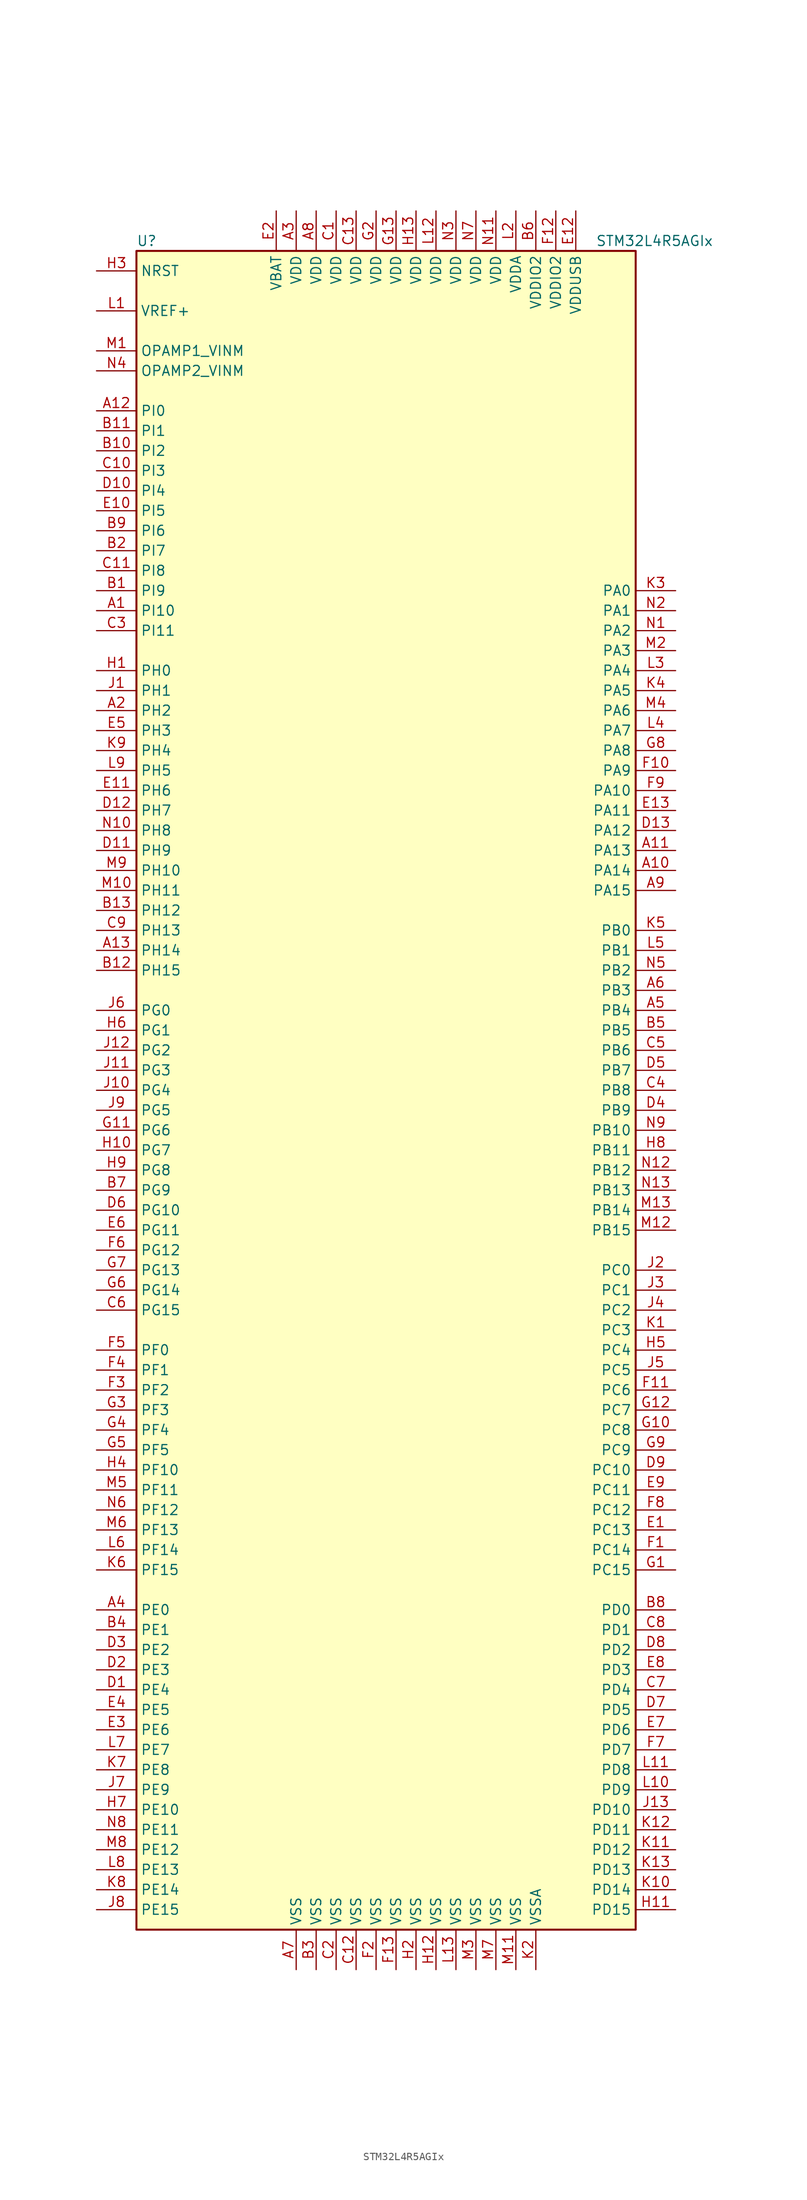
<source format=kicad_sym>
(kicad_symbol_lib
  (version 20220914)
  (generator kicad_symbol_editor)
  (symbol "STM32L4R5AGIx"
    (property "Reference" "U"
      (at -33.02 107.95 0)
      (effects (font (size 1.27 1.27)) (justify left)))
    (property "Value" "STM32L4R5AGIx"
      (at 25.4 107.95 0)
      (effects (font (size 1.27 1.27)) (justify left)))
    (symbol "STM32L4R5AGIx_0_1"
      (rectangle (start -33.02 -106.68) (end 30.48 106.68) (stroke (width 0.254) (type default)) (fill (type background))))
    (symbol "STM32L4R5AGIx_1_1"
      (pin bidirectional line (at -38.1 60.96 0) (length 5.08) (name "PI10" (effects (font (size 1.27 1.27)))) (number "A1" (effects (font (size 1.27 1.27)))))
      (pin bidirectional line (at 35.56 27.94 180) (length 5.08) (name "PA14" (effects (font (size 1.27 1.27)))) (number "A10" (effects (font (size 1.27 1.27)))))
      (pin bidirectional line (at 35.56 30.48 180) (length 5.08) (name "PA13" (effects (font (size 1.27 1.27)))) (number "A11" (effects (font (size 1.27 1.27)))))
      (pin bidirectional line (at -38.1 86.36 0) (length 5.08) (name "PI0" (effects (font (size 1.27 1.27)))) (number "A12" (effects (font (size 1.27 1.27)))))
      (pin bidirectional line (at -38.1 17.78 0) (length 5.08) (name "PH14" (effects (font (size 1.27 1.27)))) (number "A13" (effects (font (size 1.27 1.27)))))
      (pin bidirectional line (at -38.1 48.26 0) (length 5.08) (name "PH2" (effects (font (size 1.27 1.27)))) (number "A2" (effects (font (size 1.27 1.27)))))
      (pin power_in line (at -12.7 111.76 270) (length 5.08) (name "VDD" (effects (font (size 1.27 1.27)))) (number "A3" (effects (font (size 1.27 1.27)))))
      (pin bidirectional line (at -38.1 -66.04 0) (length 5.08) (name "PE0" (effects (font (size 1.27 1.27)))) (number "A4" (effects (font (size 1.27 1.27)))))
      (pin bidirectional line (at 35.56 10.16 180) (length 5.08) (name "PB4" (effects (font (size 1.27 1.27)))) (number "A5" (effects (font (size 1.27 1.27)))))
      (pin bidirectional line (at 35.56 12.7 180) (length 5.08) (name "PB3" (effects (font (size 1.27 1.27)))) (number "A6" (effects (font (size 1.27 1.27)))))
      (pin power_in line (at -12.7 -111.76 90) (length 5.08) (name "VSS" (effects (font (size 1.27 1.27)))) (number "A7" (effects (font (size 1.27 1.27)))))
      (pin power_in line (at -10.16 111.76 270) (length 5.08) (name "VDD" (effects (font (size 1.27 1.27)))) (number "A8" (effects (font (size 1.27 1.27)))))
      (pin bidirectional line (at 35.56 25.4 180) (length 5.08) (name "PA15" (effects (font (size 1.27 1.27)))) (number "A9" (effects (font (size 1.27 1.27)))))
      (pin bidirectional line (at -38.1 63.5 0) (length 5.08) (name "PI9" (effects (font (size 1.27 1.27)))) (number "B1" (effects (font (size 1.27 1.27)))))
      (pin bidirectional line (at -38.1 81.28 0) (length 5.08) (name "PI2" (effects (font (size 1.27 1.27)))) (number "B10" (effects (font (size 1.27 1.27)))))
      (pin bidirectional line (at -38.1 83.82 0) (length 5.08) (name "PI1" (effects (font (size 1.27 1.27)))) (number "B11" (effects (font (size 1.27 1.27)))))
      (pin bidirectional line (at -38.1 15.24 0) (length 5.08) (name "PH15" (effects (font (size 1.27 1.27)))) (number "B12" (effects (font (size 1.27 1.27)))))
      (pin bidirectional line (at -38.1 22.86 0) (length 5.08) (name "PH12" (effects (font (size 1.27 1.27)))) (number "B13" (effects (font (size 1.27 1.27)))))
      (pin bidirectional line (at -38.1 68.58 0) (length 5.08) (name "PI7" (effects (font (size 1.27 1.27)))) (number "B2" (effects (font (size 1.27 1.27)))))
      (pin power_in line (at -10.16 -111.76 90) (length 5.08) (name "VSS" (effects (font (size 1.27 1.27)))) (number "B3" (effects (font (size 1.27 1.27)))))
      (pin bidirectional line (at -38.1 -68.58 0) (length 5.08) (name "PE1" (effects (font (size 1.27 1.27)))) (number "B4" (effects (font (size 1.27 1.27)))))
      (pin bidirectional line (at 35.56 7.62 180) (length 5.08) (name "PB5" (effects (font (size 1.27 1.27)))) (number "B5" (effects (font (size 1.27 1.27)))))
      (pin power_in line (at 17.78 111.76 270) (length 5.08) (name "VDDIO2" (effects (font (size 1.27 1.27)))) (number "B6" (effects (font (size 1.27 1.27)))))
      (pin bidirectional line (at -38.1 -12.7 0) (length 5.08) (name "PG9" (effects (font (size 1.27 1.27)))) (number "B7" (effects (font (size 1.27 1.27)))))
      (pin bidirectional line (at 35.56 -66.04 180) (length 5.08) (name "PD0" (effects (font (size 1.27 1.27)))) (number "B8" (effects (font (size 1.27 1.27)))))
      (pin bidirectional line (at -38.1 71.12 0) (length 5.08) (name "PI6" (effects (font (size 1.27 1.27)))) (number "B9" (effects (font (size 1.27 1.27)))))
      (pin power_in line (at -7.62 111.76 270) (length 5.08) (name "VDD" (effects (font (size 1.27 1.27)))) (number "C1" (effects (font (size 1.27 1.27)))))
      (pin bidirectional line (at -38.1 78.74 0) (length 5.08) (name "PI3" (effects (font (size 1.27 1.27)))) (number "C10" (effects (font (size 1.27 1.27)))))
      (pin bidirectional line (at -38.1 66.04 0) (length 5.08) (name "PI8" (effects (font (size 1.27 1.27)))) (number "C11" (effects (font (size 1.27 1.27)))))
      (pin power_in line (at -5.08 -111.76 90) (length 5.08) (name "VSS" (effects (font (size 1.27 1.27)))) (number "C12" (effects (font (size 1.27 1.27)))))
      (pin power_in line (at -5.08 111.76 270) (length 5.08) (name "VDD" (effects (font (size 1.27 1.27)))) (number "C13" (effects (font (size 1.27 1.27)))))
      (pin power_in line (at -7.62 -111.76 90) (length 5.08) (name "VSS" (effects (font (size 1.27 1.27)))) (number "C2" (effects (font (size 1.27 1.27)))))
      (pin bidirectional line (at -38.1 58.42 0) (length 5.08) (name "PI11" (effects (font (size 1.27 1.27)))) (number "C3" (effects (font (size 1.27 1.27)))))
      (pin bidirectional line (at 35.56 0 180) (length 5.08) (name "PB8" (effects (font (size 1.27 1.27)))) (number "C4" (effects (font (size 1.27 1.27)))))
      (pin bidirectional line (at 35.56 5.08 180) (length 5.08) (name "PB6" (effects (font (size 1.27 1.27)))) (number "C5" (effects (font (size 1.27 1.27)))))
      (pin bidirectional line (at -38.1 -27.94 0) (length 5.08) (name "PG15" (effects (font (size 1.27 1.27)))) (number "C6" (effects (font (size 1.27 1.27)))))
      (pin bidirectional line (at 35.56 -76.2 180) (length 5.08) (name "PD4" (effects (font (size 1.27 1.27)))) (number "C7" (effects (font (size 1.27 1.27)))))
      (pin bidirectional line (at 35.56 -68.58 180) (length 5.08) (name "PD1" (effects (font (size 1.27 1.27)))) (number "C8" (effects (font (size 1.27 1.27)))))
      (pin bidirectional line (at -38.1 20.32 0) (length 5.08) (name "PH13" (effects (font (size 1.27 1.27)))) (number "C9" (effects (font (size 1.27 1.27)))))
      (pin bidirectional line (at -38.1 -76.2 0) (length 5.08) (name "PE4" (effects (font (size 1.27 1.27)))) (number "D1" (effects (font (size 1.27 1.27)))))
      (pin bidirectional line (at -38.1 76.2 0) (length 5.08) (name "PI4" (effects (font (size 1.27 1.27)))) (number "D10" (effects (font (size 1.27 1.27)))))
      (pin bidirectional line (at -38.1 30.48 0) (length 5.08) (name "PH9" (effects (font (size 1.27 1.27)))) (number "D11" (effects (font (size 1.27 1.27)))))
      (pin bidirectional line (at -38.1 35.56 0) (length 5.08) (name "PH7" (effects (font (size 1.27 1.27)))) (number "D12" (effects (font (size 1.27 1.27)))))
      (pin bidirectional line (at 35.56 33.02 180) (length 5.08) (name "PA12" (effects (font (size 1.27 1.27)))) (number "D13" (effects (font (size 1.27 1.27)))))
      (pin bidirectional line (at -38.1 -73.66 0) (length 5.08) (name "PE3" (effects (font (size 1.27 1.27)))) (number "D2" (effects (font (size 1.27 1.27)))))
      (pin bidirectional line (at -38.1 -71.12 0) (length 5.08) (name "PE2" (effects (font (size 1.27 1.27)))) (number "D3" (effects (font (size 1.27 1.27)))))
      (pin bidirectional line (at 35.56 -2.54 180) (length 5.08) (name "PB9" (effects (font (size 1.27 1.27)))) (number "D4" (effects (font (size 1.27 1.27)))))
      (pin bidirectional line (at 35.56 2.54 180) (length 5.08) (name "PB7" (effects (font (size 1.27 1.27)))) (number "D5" (effects (font (size 1.27 1.27)))))
      (pin bidirectional line (at -38.1 -15.24 0) (length 5.08) (name "PG10" (effects (font (size 1.27 1.27)))) (number "D6" (effects (font (size 1.27 1.27)))))
      (pin bidirectional line (at 35.56 -78.74 180) (length 5.08) (name "PD5" (effects (font (size 1.27 1.27)))) (number "D7" (effects (font (size 1.27 1.27)))))
      (pin bidirectional line (at 35.56 -71.12 180) (length 5.08) (name "PD2" (effects (font (size 1.27 1.27)))) (number "D8" (effects (font (size 1.27 1.27)))))
      (pin bidirectional line (at 35.56 -48.26 180) (length 5.08) (name "PC10" (effects (font (size 1.27 1.27)))) (number "D9" (effects (font (size 1.27 1.27)))))
      (pin bidirectional line (at 35.56 -55.88 180) (length 5.08) (name "PC13" (effects (font (size 1.27 1.27)))) (number "E1" (effects (font (size 1.27 1.27)))))
      (pin bidirectional line (at -38.1 73.66 0) (length 5.08) (name "PI5" (effects (font (size 1.27 1.27)))) (number "E10" (effects (font (size 1.27 1.27)))))
      (pin bidirectional line (at -38.1 38.1 0) (length 5.08) (name "PH6" (effects (font (size 1.27 1.27)))) (number "E11" (effects (font (size 1.27 1.27)))))
      (pin power_in line (at 22.86 111.76 270) (length 5.08) (name "VDDUSB" (effects (font (size 1.27 1.27)))) (number "E12" (effects (font (size 1.27 1.27)))))
      (pin bidirectional line (at 35.56 35.56 180) (length 5.08) (name "PA11" (effects (font (size 1.27 1.27)))) (number "E13" (effects (font (size 1.27 1.27)))))
      (pin power_in line (at -15.24 111.76 270) (length 5.08) (name "VBAT" (effects (font (size 1.27 1.27)))) (number "E2" (effects (font (size 1.27 1.27)))))
      (pin bidirectional line (at -38.1 -81.28 0) (length 5.08) (name "PE6" (effects (font (size 1.27 1.27)))) (number "E3" (effects (font (size 1.27 1.27)))))
      (pin bidirectional line (at -38.1 -78.74 0) (length 5.08) (name "PE5" (effects (font (size 1.27 1.27)))) (number "E4" (effects (font (size 1.27 1.27)))))
      (pin bidirectional line (at -38.1 45.72 0) (length 5.08) (name "PH3" (effects (font (size 1.27 1.27)))) (number "E5" (effects (font (size 1.27 1.27)))))
      (pin bidirectional line (at -38.1 -17.78 0) (length 5.08) (name "PG11" (effects (font (size 1.27 1.27)))) (number "E6" (effects (font (size 1.27 1.27)))))
      (pin bidirectional line (at 35.56 -81.28 180) (length 5.08) (name "PD6" (effects (font (size 1.27 1.27)))) (number "E7" (effects (font (size 1.27 1.27)))))
      (pin bidirectional line (at 35.56 -73.66 180) (length 5.08) (name "PD3" (effects (font (size 1.27 1.27)))) (number "E8" (effects (font (size 1.27 1.27)))))
      (pin bidirectional line (at 35.56 -50.8 180) (length 5.08) (name "PC11" (effects (font (size 1.27 1.27)))) (number "E9" (effects (font (size 1.27 1.27)))))
      (pin bidirectional line (at 35.56 -58.42 180) (length 5.08) (name "PC14" (effects (font (size 1.27 1.27)))) (number "F1" (effects (font (size 1.27 1.27)))))
      (pin bidirectional line (at 35.56 40.64 180) (length 5.08) (name "PA9" (effects (font (size 1.27 1.27)))) (number "F10" (effects (font (size 1.27 1.27)))))
      (pin bidirectional line (at 35.56 -38.1 180) (length 5.08) (name "PC6" (effects (font (size 1.27 1.27)))) (number "F11" (effects (font (size 1.27 1.27)))))
      (pin power_in line (at 20.32 111.76 270) (length 5.08) (name "VDDIO2" (effects (font (size 1.27 1.27)))) (number "F12" (effects (font (size 1.27 1.27)))))
      (pin power_in line (at 0 -111.76 90) (length 5.08) (name "VSS" (effects (font (size 1.27 1.27)))) (number "F13" (effects (font (size 1.27 1.27)))))
      (pin power_in line (at -2.54 -111.76 90) (length 5.08) (name "VSS" (effects (font (size 1.27 1.27)))) (number "F2" (effects (font (size 1.27 1.27)))))
      (pin bidirectional line (at -38.1 -38.1 0) (length 5.08) (name "PF2" (effects (font (size 1.27 1.27)))) (number "F3" (effects (font (size 1.27 1.27)))))
      (pin bidirectional line (at -38.1 -35.56 0) (length 5.08) (name "PF1" (effects (font (size 1.27 1.27)))) (number "F4" (effects (font (size 1.27 1.27)))))
      (pin bidirectional line (at -38.1 -33.02 0) (length 5.08) (name "PF0" (effects (font (size 1.27 1.27)))) (number "F5" (effects (font (size 1.27 1.27)))))
      (pin bidirectional line (at -38.1 -20.32 0) (length 5.08) (name "PG12" (effects (font (size 1.27 1.27)))) (number "F6" (effects (font (size 1.27 1.27)))))
      (pin bidirectional line (at 35.56 -83.82 180) (length 5.08) (name "PD7" (effects (font (size 1.27 1.27)))) (number "F7" (effects (font (size 1.27 1.27)))))
      (pin bidirectional line (at 35.56 -53.34 180) (length 5.08) (name "PC12" (effects (font (size 1.27 1.27)))) (number "F8" (effects (font (size 1.27 1.27)))))
      (pin bidirectional line (at 35.56 38.1 180) (length 5.08) (name "PA10" (effects (font (size 1.27 1.27)))) (number "F9" (effects (font (size 1.27 1.27)))))
      (pin bidirectional line (at 35.56 -60.96 180) (length 5.08) (name "PC15" (effects (font (size 1.27 1.27)))) (number "G1" (effects (font (size 1.27 1.27)))))
      (pin bidirectional line (at 35.56 -43.18 180) (length 5.08) (name "PC8" (effects (font (size 1.27 1.27)))) (number "G10" (effects (font (size 1.27 1.27)))))
      (pin bidirectional line (at -38.1 -5.08 0) (length 5.08) (name "PG6" (effects (font (size 1.27 1.27)))) (number "G11" (effects (font (size 1.27 1.27)))))
      (pin bidirectional line (at 35.56 -40.64 180) (length 5.08) (name "PC7" (effects (font (size 1.27 1.27)))) (number "G12" (effects (font (size 1.27 1.27)))))
      (pin power_in line (at 0 111.76 270) (length 5.08) (name "VDD" (effects (font (size 1.27 1.27)))) (number "G13" (effects (font (size 1.27 1.27)))))
      (pin power_in line (at -2.54 111.76 270) (length 5.08) (name "VDD" (effects (font (size 1.27 1.27)))) (number "G2" (effects (font (size 1.27 1.27)))))
      (pin bidirectional line (at -38.1 -40.64 0) (length 5.08) (name "PF3" (effects (font (size 1.27 1.27)))) (number "G3" (effects (font (size 1.27 1.27)))))
      (pin bidirectional line (at -38.1 -43.18 0) (length 5.08) (name "PF4" (effects (font (size 1.27 1.27)))) (number "G4" (effects (font (size 1.27 1.27)))))
      (pin bidirectional line (at -38.1 -45.72 0) (length 5.08) (name "PF5" (effects (font (size 1.27 1.27)))) (number "G5" (effects (font (size 1.27 1.27)))))
      (pin bidirectional line (at -38.1 -25.4 0) (length 5.08) (name "PG14" (effects (font (size 1.27 1.27)))) (number "G6" (effects (font (size 1.27 1.27)))))
      (pin bidirectional line (at -38.1 -22.86 0) (length 5.08) (name "PG13" (effects (font (size 1.27 1.27)))) (number "G7" (effects (font (size 1.27 1.27)))))
      (pin bidirectional line (at 35.56 43.18 180) (length 5.08) (name "PA8" (effects (font (size 1.27 1.27)))) (number "G8" (effects (font (size 1.27 1.27)))))
      (pin bidirectional line (at 35.56 -45.72 180) (length 5.08) (name "PC9" (effects (font (size 1.27 1.27)))) (number "G9" (effects (font (size 1.27 1.27)))))
      (pin input line (at -38.1 53.34 0) (length 5.08) (name "PH0" (effects (font (size 1.27 1.27)))) (number "H1" (effects (font (size 1.27 1.27)))))
      (pin bidirectional line (at -38.1 -7.62 0) (length 5.08) (name "PG7" (effects (font (size 1.27 1.27)))) (number "H10" (effects (font (size 1.27 1.27)))))
      (pin bidirectional line (at 35.56 -104.14 180) (length 5.08) (name "PD15" (effects (font (size 1.27 1.27)))) (number "H11" (effects (font (size 1.27 1.27)))))
      (pin power_in line (at 5.08 -111.76 90) (length 5.08) (name "VSS" (effects (font (size 1.27 1.27)))) (number "H12" (effects (font (size 1.27 1.27)))))
      (pin power_in line (at 2.54 111.76 270) (length 5.08) (name "VDD" (effects (font (size 1.27 1.27)))) (number "H13" (effects (font (size 1.27 1.27)))))
      (pin power_in line (at 2.54 -111.76 90) (length 5.08) (name "VSS" (effects (font (size 1.27 1.27)))) (number "H2" (effects (font (size 1.27 1.27)))))
      (pin input line (at -38.1 104.14 0) (length 5.08) (name "NRST" (effects (font (size 1.27 1.27)))) (number "H3" (effects (font (size 1.27 1.27)))))
      (pin bidirectional line (at -38.1 -48.26 0) (length 5.08) (name "PF10" (effects (font (size 1.27 1.27)))) (number "H4" (effects (font (size 1.27 1.27)))))
      (pin bidirectional line (at 35.56 -33.02 180) (length 5.08) (name "PC4" (effects (font (size 1.27 1.27)))) (number "H5" (effects (font (size 1.27 1.27)))))
      (pin bidirectional line (at -38.1 7.62 0) (length 5.08) (name "PG1" (effects (font (size 1.27 1.27)))) (number "H6" (effects (font (size 1.27 1.27)))))
      (pin bidirectional line (at -38.1 -91.44 0) (length 5.08) (name "PE10" (effects (font (size 1.27 1.27)))) (number "H7" (effects (font (size 1.27 1.27)))))
      (pin bidirectional line (at 35.56 -7.62 180) (length 5.08) (name "PB11" (effects (font (size 1.27 1.27)))) (number "H8" (effects (font (size 1.27 1.27)))))
      (pin bidirectional line (at -38.1 -10.16 0) (length 5.08) (name "PG8" (effects (font (size 1.27 1.27)))) (number "H9" (effects (font (size 1.27 1.27)))))
      (pin input line (at -38.1 50.8 0) (length 5.08) (name "PH1" (effects (font (size 1.27 1.27)))) (number "J1" (effects (font (size 1.27 1.27)))))
      (pin bidirectional line (at -38.1 0 0) (length 5.08) (name "PG4" (effects (font (size 1.27 1.27)))) (number "J10" (effects (font (size 1.27 1.27)))))
      (pin bidirectional line (at -38.1 2.54 0) (length 5.08) (name "PG3" (effects (font (size 1.27 1.27)))) (number "J11" (effects (font (size 1.27 1.27)))))
      (pin bidirectional line (at -38.1 5.08 0) (length 5.08) (name "PG2" (effects (font (size 1.27 1.27)))) (number "J12" (effects (font (size 1.27 1.27)))))
      (pin bidirectional line (at 35.56 -91.44 180) (length 5.08) (name "PD10" (effects (font (size 1.27 1.27)))) (number "J13" (effects (font (size 1.27 1.27)))))
      (pin bidirectional line (at 35.56 -22.86 180) (length 5.08) (name "PC0" (effects (font (size 1.27 1.27)))) (number "J2" (effects (font (size 1.27 1.27)))))
      (pin bidirectional line (at 35.56 -25.4 180) (length 5.08) (name "PC1" (effects (font (size 1.27 1.27)))) (number "J3" (effects (font (size 1.27 1.27)))))
      (pin bidirectional line (at 35.56 -27.94 180) (length 5.08) (name "PC2" (effects (font (size 1.27 1.27)))) (number "J4" (effects (font (size 1.27 1.27)))))
      (pin bidirectional line (at 35.56 -35.56 180) (length 5.08) (name "PC5" (effects (font (size 1.27 1.27)))) (number "J5" (effects (font (size 1.27 1.27)))))
      (pin bidirectional line (at -38.1 10.16 0) (length 5.08) (name "PG0" (effects (font (size 1.27 1.27)))) (number "J6" (effects (font (size 1.27 1.27)))))
      (pin bidirectional line (at -38.1 -88.9 0) (length 5.08) (name "PE9" (effects (font (size 1.27 1.27)))) (number "J7" (effects (font (size 1.27 1.27)))))
      (pin bidirectional line (at -38.1 -104.14 0) (length 5.08) (name "PE15" (effects (font (size 1.27 1.27)))) (number "J8" (effects (font (size 1.27 1.27)))))
      (pin bidirectional line (at -38.1 -2.54 0) (length 5.08) (name "PG5" (effects (font (size 1.27 1.27)))) (number "J9" (effects (font (size 1.27 1.27)))))
      (pin bidirectional line (at 35.56 -30.48 180) (length 5.08) (name "PC3" (effects (font (size 1.27 1.27)))) (number "K1" (effects (font (size 1.27 1.27)))))
      (pin bidirectional line (at 35.56 -101.6 180) (length 5.08) (name "PD14" (effects (font (size 1.27 1.27)))) (number "K10" (effects (font (size 1.27 1.27)))))
      (pin bidirectional line (at 35.56 -96.52 180) (length 5.08) (name "PD12" (effects (font (size 1.27 1.27)))) (number "K11" (effects (font (size 1.27 1.27)))))
      (pin bidirectional line (at 35.56 -93.98 180) (length 5.08) (name "PD11" (effects (font (size 1.27 1.27)))) (number "K12" (effects (font (size 1.27 1.27)))))
      (pin bidirectional line (at 35.56 -99.06 180) (length 5.08) (name "PD13" (effects (font (size 1.27 1.27)))) (number "K13" (effects (font (size 1.27 1.27)))))
      (pin power_in line (at 17.78 -111.76 90) (length 5.08) (name "VSSA" (effects (font (size 1.27 1.27)))) (number "K2" (effects (font (size 1.27 1.27)))))
      (pin bidirectional line (at 35.56 63.5 180) (length 5.08) (name "PA0" (effects (font (size 1.27 1.27)))) (number "K3" (effects (font (size 1.27 1.27)))))
      (pin bidirectional line (at 35.56 50.8 180) (length 5.08) (name "PA5" (effects (font (size 1.27 1.27)))) (number "K4" (effects (font (size 1.27 1.27)))))
      (pin bidirectional line (at 35.56 20.32 180) (length 5.08) (name "PB0" (effects (font (size 1.27 1.27)))) (number "K5" (effects (font (size 1.27 1.27)))))
      (pin bidirectional line (at -38.1 -60.96 0) (length 5.08) (name "PF15" (effects (font (size 1.27 1.27)))) (number "K6" (effects (font (size 1.27 1.27)))))
      (pin bidirectional line (at -38.1 -86.36 0) (length 5.08) (name "PE8" (effects (font (size 1.27 1.27)))) (number "K7" (effects (font (size 1.27 1.27)))))
      (pin bidirectional line (at -38.1 -101.6 0) (length 5.08) (name "PE14" (effects (font (size 1.27 1.27)))) (number "K8" (effects (font (size 1.27 1.27)))))
      (pin bidirectional line (at -38.1 43.18 0) (length 5.08) (name "PH4" (effects (font (size 1.27 1.27)))) (number "K9" (effects (font (size 1.27 1.27)))))
      (pin bidirectional line (at -38.1 99.06 0) (length 5.08) (name "VREF+" (effects (font (size 1.27 1.27)))) (number "L1" (effects (font (size 1.27 1.27)))))
      (pin bidirectional line (at 35.56 -88.9 180) (length 5.08) (name "PD9" (effects (font (size 1.27 1.27)))) (number "L10" (effects (font (size 1.27 1.27)))))
      (pin bidirectional line (at 35.56 -86.36 180) (length 5.08) (name "PD8" (effects (font (size 1.27 1.27)))) (number "L11" (effects (font (size 1.27 1.27)))))
      (pin power_in line (at 5.08 111.76 270) (length 5.08) (name "VDD" (effects (font (size 1.27 1.27)))) (number "L12" (effects (font (size 1.27 1.27)))))
      (pin power_in line (at 7.62 -111.76 90) (length 5.08) (name "VSS" (effects (font (size 1.27 1.27)))) (number "L13" (effects (font (size 1.27 1.27)))))
      (pin power_in line (at 15.24 111.76 270) (length 5.08) (name "VDDA" (effects (font (size 1.27 1.27)))) (number "L2" (effects (font (size 1.27 1.27)))))
      (pin bidirectional line (at 35.56 53.34 180) (length 5.08) (name "PA4" (effects (font (size 1.27 1.27)))) (number "L3" (effects (font (size 1.27 1.27)))))
      (pin bidirectional line (at 35.56 45.72 180) (length 5.08) (name "PA7" (effects (font (size 1.27 1.27)))) (number "L4" (effects (font (size 1.27 1.27)))))
      (pin bidirectional line (at 35.56 17.78 180) (length 5.08) (name "PB1" (effects (font (size 1.27 1.27)))) (number "L5" (effects (font (size 1.27 1.27)))))
      (pin bidirectional line (at -38.1 -58.42 0) (length 5.08) (name "PF14" (effects (font (size 1.27 1.27)))) (number "L6" (effects (font (size 1.27 1.27)))))
      (pin bidirectional line (at -38.1 -83.82 0) (length 5.08) (name "PE7" (effects (font (size 1.27 1.27)))) (number "L7" (effects (font (size 1.27 1.27)))))
      (pin bidirectional line (at -38.1 -99.06 0) (length 5.08) (name "PE13" (effects (font (size 1.27 1.27)))) (number "L8" (effects (font (size 1.27 1.27)))))
      (pin bidirectional line (at -38.1 40.64 0) (length 5.08) (name "PH5" (effects (font (size 1.27 1.27)))) (number "L9" (effects (font (size 1.27 1.27)))))
      (pin bidirectional line (at -38.1 93.98 0) (length 5.08) (name "OPAMP1_VINM" (effects (font (size 1.27 1.27)))) (number "M1" (effects (font (size 1.27 1.27)))))
      (pin bidirectional line (at -38.1 25.4 0) (length 5.08) (name "PH11" (effects (font (size 1.27 1.27)))) (number "M10" (effects (font (size 1.27 1.27)))))
      (pin power_in line (at 15.24 -111.76 90) (length 5.08) (name "VSS" (effects (font (size 1.27 1.27)))) (number "M11" (effects (font (size 1.27 1.27)))))
      (pin bidirectional line (at 35.56 -17.78 180) (length 5.08) (name "PB15" (effects (font (size 1.27 1.27)))) (number "M12" (effects (font (size 1.27 1.27)))))
      (pin bidirectional line (at 35.56 -15.24 180) (length 5.08) (name "PB14" (effects (font (size 1.27 1.27)))) (number "M13" (effects (font (size 1.27 1.27)))))
      (pin bidirectional line (at 35.56 55.88 180) (length 5.08) (name "PA3" (effects (font (size 1.27 1.27)))) (number "M2" (effects (font (size 1.27 1.27)))))
      (pin power_in line (at 10.16 -111.76 90) (length 5.08) (name "VSS" (effects (font (size 1.27 1.27)))) (number "M3" (effects (font (size 1.27 1.27)))))
      (pin bidirectional line (at 35.56 48.26 180) (length 5.08) (name "PA6" (effects (font (size 1.27 1.27)))) (number "M4" (effects (font (size 1.27 1.27)))))
      (pin bidirectional line (at -38.1 -50.8 0) (length 5.08) (name "PF11" (effects (font (size 1.27 1.27)))) (number "M5" (effects (font (size 1.27 1.27)))))
      (pin bidirectional line (at -38.1 -55.88 0) (length 5.08) (name "PF13" (effects (font (size 1.27 1.27)))) (number "M6" (effects (font (size 1.27 1.27)))))
      (pin power_in line (at 12.7 -111.76 90) (length 5.08) (name "VSS" (effects (font (size 1.27 1.27)))) (number "M7" (effects (font (size 1.27 1.27)))))
      (pin bidirectional line (at -38.1 -96.52 0) (length 5.08) (name "PE12" (effects (font (size 1.27 1.27)))) (number "M8" (effects (font (size 1.27 1.27)))))
      (pin bidirectional line (at -38.1 27.94 0) (length 5.08) (name "PH10" (effects (font (size 1.27 1.27)))) (number "M9" (effects (font (size 1.27 1.27)))))
      (pin bidirectional line (at 35.56 58.42 180) (length 5.08) (name "PA2" (effects (font (size 1.27 1.27)))) (number "N1" (effects (font (size 1.27 1.27)))))
      (pin bidirectional line (at -38.1 33.02 0) (length 5.08) (name "PH8" (effects (font (size 1.27 1.27)))) (number "N10" (effects (font (size 1.27 1.27)))))
      (pin power_in line (at 12.7 111.76 270) (length 5.08) (name "VDD" (effects (font (size 1.27 1.27)))) (number "N11" (effects (font (size 1.27 1.27)))))
      (pin bidirectional line (at 35.56 -10.16 180) (length 5.08) (name "PB12" (effects (font (size 1.27 1.27)))) (number "N12" (effects (font (size 1.27 1.27)))))
      (pin bidirectional line (at 35.56 -12.7 180) (length 5.08) (name "PB13" (effects (font (size 1.27 1.27)))) (number "N13" (effects (font (size 1.27 1.27)))))
      (pin bidirectional line (at 35.56 60.96 180) (length 5.08) (name "PA1" (effects (font (size 1.27 1.27)))) (number "N2" (effects (font (size 1.27 1.27)))))
      (pin power_in line (at 7.62 111.76 270) (length 5.08) (name "VDD" (effects (font (size 1.27 1.27)))) (number "N3" (effects (font (size 1.27 1.27)))))
      (pin bidirectional line (at -38.1 91.44 0) (length 5.08) (name "OPAMP2_VINM" (effects (font (size 1.27 1.27)))) (number "N4" (effects (font (size 1.27 1.27)))))
      (pin bidirectional line (at 35.56 15.24 180) (length 5.08) (name "PB2" (effects (font (size 1.27 1.27)))) (number "N5" (effects (font (size 1.27 1.27)))))
      (pin bidirectional line (at -38.1 -53.34 0) (length 5.08) (name "PF12" (effects (font (size 1.27 1.27)))) (number "N6" (effects (font (size 1.27 1.27)))))
      (pin power_in line (at 10.16 111.76 270) (length 5.08) (name "VDD" (effects (font (size 1.27 1.27)))) (number "N7" (effects (font (size 1.27 1.27)))))
      (pin bidirectional line (at -38.1 -93.98 0) (length 5.08) (name "PE11" (effects (font (size 1.27 1.27)))) (number "N8" (effects (font (size 1.27 1.27)))))
      (pin bidirectional line (at 35.56 -5.08 180) (length 5.08) (name "PB10" (effects (font (size 1.27 1.27)))) (number "N9" (effects (font (size 1.27 1.27))))))))
</source>
